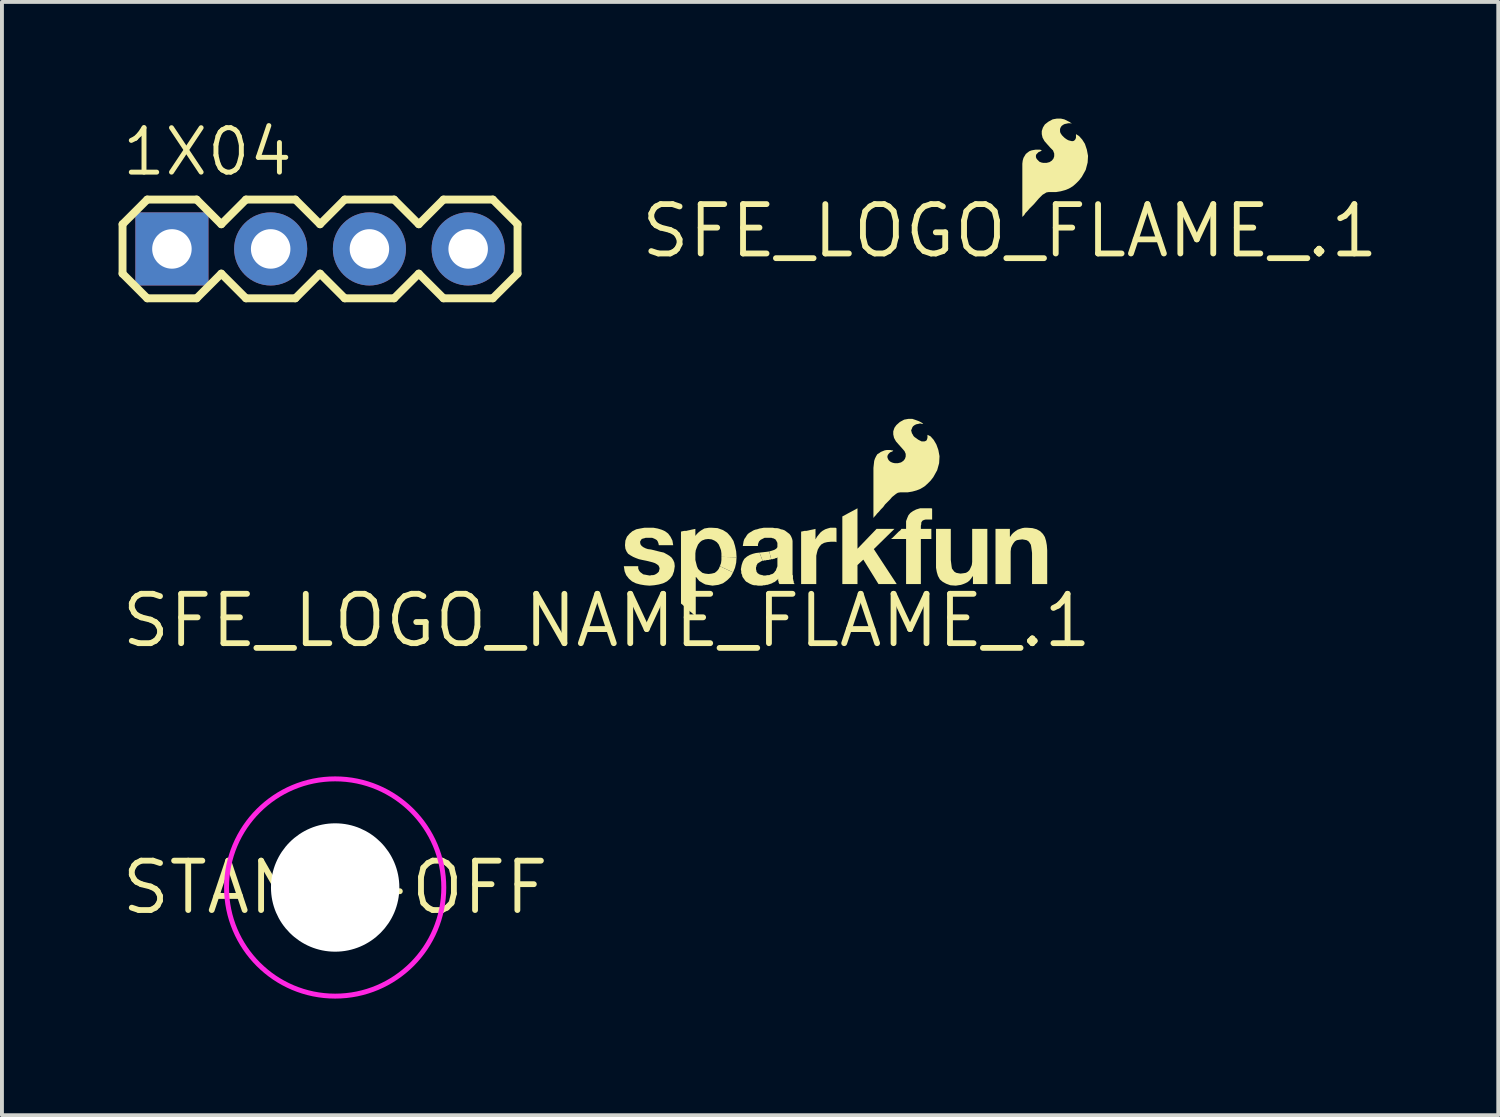
<source format=kicad_pcb>
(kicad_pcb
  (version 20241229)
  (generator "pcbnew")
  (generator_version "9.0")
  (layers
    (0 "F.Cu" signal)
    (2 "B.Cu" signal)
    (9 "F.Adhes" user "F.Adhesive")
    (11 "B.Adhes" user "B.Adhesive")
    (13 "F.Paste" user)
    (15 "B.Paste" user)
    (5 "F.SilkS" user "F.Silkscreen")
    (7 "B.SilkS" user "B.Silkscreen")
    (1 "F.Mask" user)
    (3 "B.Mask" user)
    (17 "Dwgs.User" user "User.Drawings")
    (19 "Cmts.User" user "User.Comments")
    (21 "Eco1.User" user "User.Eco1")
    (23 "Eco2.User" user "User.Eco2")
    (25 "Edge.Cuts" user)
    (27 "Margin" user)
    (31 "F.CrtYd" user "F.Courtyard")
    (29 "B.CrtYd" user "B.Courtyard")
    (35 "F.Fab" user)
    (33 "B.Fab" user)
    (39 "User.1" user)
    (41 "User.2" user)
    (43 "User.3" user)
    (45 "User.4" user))
  (footprint "STAND-OFF"
    (layer "F.Cu")
    (at 5.571 19.778)
    (property "Reference" "STAND-OFF" (at 0 0 0) (layer "F.SilkS") (effects (font (size 1.27 1.27) (thickness 0.15))))
    (fp_circle (center 0 0) (end 2.794 0) (stroke (width 0.127) (type solid)) (fill no) (layer "F.CrtYd"))
    (pad "" np_thru_hole circle (at 0 0) (size 3.302 3.302) (drill 3.302) (layers "*.Cu" "*.Mask")))
  (footprint "SFE_LOGO_FLAME_.1"
    (layer "F.Cu")
    (at 22.926 2.89)
    (property "Reference" "SFE_LOGO_FLAME_.1" (at 0 0 0) (layer "F.SilkS") (effects (font (size 1.27 1.27) (thickness 0.15))))
    (fp_poly (pts (xy 1.4 -2.87) (xy 1.54 -2.8) (xy 1.58 -2.77) (xy 1.59 -2.76) (xy 1.58 -2.76) (xy 1.56 -2.77) (xy 1.5 -2.77) (xy 1.46 -2.76) (xy 1.41 -2.75) (xy 1.37 -2.73) (xy 1.33 -2.7) (xy 1.31 -2.67) (xy 1.3 -2.65) (xy 1.29 -2.62) (xy 1.29 -2.56) (xy 1.3 -2.52) (xy 1.34 -2.46) (xy 1.4 -2.4) (xy 1.44 -2.37) (xy 1.47 -2.35) (xy 1.51 -2.33) (xy 1.59 -2.31) (xy 1.62 -2.31) (xy 1.65 -2.32) (xy 1.68 -2.35) (xy 1.69 -2.37) (xy 1.7 -2.4) (xy 1.7 -2.49) (xy 1.78 -2.44) (xy 1.86 -2.35) (xy 1.93 -2.24) (xy 1.98 -2.09) (xy 2.01 -1.93) (xy 2 -1.76) (xy 1.95 -1.57) (xy 1.85 -1.39) (xy 1.78 -1.3) (xy 1.7 -1.22) (xy 1.62 -1.15) (xy 1.52 -1.09) (xy 1.42 -1.05) (xy 1.31 -1.02) (xy 1.19 -1) (xy 1 -1) (xy 0.94 -0.99) (xy 0.84 -0.93) (xy 0.74 -0.83) (xy 0.62 -0.69) (xy 0.5 -0.57) (xy 0.45 -0.51) (xy 0.4 -0.46) (xy 0.37 -0.41) (xy 0.32 -0.36) (xy 0.32 -1.73) (xy 0.33 -1.81) (xy 0.35 -1.88) (xy 0.41 -1.98) (xy 0.46 -2.02) (xy 0.5 -2.05) (xy 0.55 -2.07) (xy 0.6 -2.08) (xy 0.66 -2.09) (xy 0.78 -2.09) (xy 0.82 -2.07) (xy 0.81 -2.06) (xy 0.77 -2.04) (xy 0.74 -2.03) (xy 0.68 -1.97) (xy 0.67 -1.94) (xy 0.67 -1.9) (xy 0.68 -1.87) (xy 0.7 -1.84) (xy 0.76 -1.78) (xy 0.81 -1.76) (xy 0.86 -1.75) (xy 0.94 -1.75) (xy 1.02 -1.77) (xy 1.08 -1.81) (xy 1.12 -1.86) (xy 1.14 -1.92) (xy 1.14 -1.99) (xy 1.11 -2.07) (xy 1.04 -2.14) (xy 0.96 -2.23) (xy 0.89 -2.31) (xy 0.84 -2.4) (xy 0.82 -2.49) (xy 0.82 -2.57) (xy 0.85 -2.66) (xy 0.9 -2.74) (xy 0.99 -2.81) (xy 1.1 -2.87) (xy 1.21 -2.89) (xy 1.31 -2.89)) (stroke (width 0) (type default)) (fill yes) (layer "F.SilkS")))
  (footprint "SFE_LOGO_NAME_FLAME_.1"
    (layer "F.Cu")
    (at 12.556 12.914)
    (property "Reference" "SFE_LOGO_NAME_FLAME_.1" (at 0 0 0) (layer "F.SilkS") (effects (font (size 1.27 1.27) (thickness 0.15))))
    (fp_poly (pts (xy 3.34 -1.63) (xy 3.33 -1.49) (xy 3.3 -1.36) (xy 3.25 -1.24) (xy 2.91 -1.4) (xy 2.94 -1.48) (xy 2.95 -1.56) (xy 2.95 -1.64)) (stroke (width 0) (type default)) (fill yes) (layer "F.SilkS"))
    (fp_poly (pts (xy 4.23 -1.58) (xy 4.21 -1.57) (xy 4.19 -1.57) (xy 4.16 -1.56) (xy 4.12 -1.56) (xy 4.09 -1.55) (xy 4.05 -1.55) (xy 4.03 -1.54) (xy 4.01 -1.54) (xy 3.93 -1.75) (xy 4.11 -1.77) (xy 4.18 -1.78)) (stroke (width 0) (type default)) (fill yes) (layer "F.SilkS"))
    (fp_poly (pts (xy 6.45 -1.85) (xy 6.94 -2.36) (xy 7.4 -2.36) (xy 6.87 -1.84) (xy 7.46 -0.94) (xy 6.99 -0.94) (xy 6.6 -1.57) (xy 6.45 -1.43) (xy 6.45 -0.94) (xy 6.06 -0.94) (xy 6.06 -2.68) (xy 6.45 -2.89)) (stroke (width 0) (type default)) (fill yes) (layer "F.SilkS"))
    (fp_poly (pts (xy 8.37 -2.88) (xy 8.37 -2.6) (xy 8.2 -2.6) (xy 8.16 -2.59) (xy 8.12 -2.57) (xy 8.1 -2.54) (xy 8.09 -2.52) (xy 8.09 -2.48) (xy 8.08 -2.44) (xy 8.08 -2.36) (xy 8.35 -2.36) (xy 8.35 -2.1) (xy 8.08 -2.1) (xy 8.08 -0.94) (xy 7.7 -0.94) (xy 7.7 -2.1) (xy 7.31 -2.1) (xy 7.35 -2.13) (xy 7.51 -2.29) (xy 7.55 -2.32) (xy 7.58 -2.36) (xy 7.7 -2.36) (xy 7.7 -2.56) (xy 7.73 -2.64) (xy 7.76 -2.71) (xy 7.81 -2.77) (xy 7.88 -2.82) (xy 7.96 -2.86) (xy 8.06 -2.89) (xy 8.35 -2.89)) (stroke (width 0) (type default)) (fill yes) (layer "F.SilkS"))
    (fp_poly (pts (xy 5.9 -2.38) (xy 5.91 -2.38) (xy 5.91 -2.02) (xy 5.9 -2.02) (xy 5.88 -2.03) (xy 5.77 -2.03) (xy 5.67 -2.02) (xy 5.59 -2) (xy 5.52 -1.96) (xy 5.47 -1.9) (xy 5.43 -1.83) (xy 5.41 -1.76) (xy 5.39 -1.67) (xy 5.39 -0.94) (xy 5 -0.94) (xy 5 -2.29) (xy 5.05 -2.3) (xy 5.09 -2.31) (xy 5.14 -2.31) (xy 5.19 -2.32) (xy 5.23 -2.33) (xy 5.33 -2.35) (xy 5.37 -2.36) (xy 5.37 -2.09) (xy 5.41 -2.16) (xy 5.45 -2.21) (xy 5.5 -2.27) (xy 5.55 -2.31) (xy 5.62 -2.35) (xy 5.68 -2.37) (xy 5.75 -2.39) (xy 5.89 -2.39)) (stroke (width 0) (type default)) (fill yes) (layer "F.SilkS"))
    (fp_poly (pts (xy 8.85 -1.56) (xy 8.87 -1.4) (xy 8.88 -1.34) (xy 8.94 -1.26) (xy 8.99 -1.23) (xy 9.04 -1.22) (xy 9.1 -1.21) (xy 9.18 -1.22) (xy 9.24 -1.23) (xy 9.29 -1.26) (xy 9.33 -1.3) (xy 9.36 -1.36) (xy 9.39 -1.43) (xy 9.4 -1.51) (xy 9.4 -2.36) (xy 9.79 -2.36) (xy 9.79 -0.94) (xy 9.42 -0.94) (xy 9.42 -1.14) (xy 9.41 -1.14) (xy 9.37 -1.08) (xy 9.33 -1.03) (xy 9.28 -0.99) (xy 9.22 -0.96) (xy 9.17 -0.94) (xy 9.11 -0.92) (xy 9.04 -0.91) (xy 8.98 -0.9) (xy 8.84 -0.91) (xy 8.73 -0.95) (xy 8.64 -1) (xy 8.57 -1.06) (xy 8.52 -1.15) (xy 8.49 -1.25) (xy 8.47 -1.36) (xy 8.47 -2.36) (xy 8.85 -2.36)) (stroke (width 0) (type default)) (fill yes) (layer "F.SilkS"))
    (fp_poly (pts (xy 10.95 -2.38) (xy 11.06 -2.35) (xy 11.15 -2.3) (xy 11.22 -2.23) (xy 11.27 -2.15) (xy 11.3 -2.05) (xy 11.32 -1.94) (xy 11.33 -1.81) (xy 11.33 -0.94) (xy 10.94 -0.94) (xy 10.94 -1.74) (xy 10.93 -1.82) (xy 10.92 -1.89) (xy 10.91 -1.95) (xy 10.88 -2) (xy 10.85 -2.04) (xy 10.8 -2.07) (xy 10.75 -2.08) (xy 10.69 -2.09) (xy 10.61 -2.08) (xy 10.55 -2.07) (xy 10.5 -2.04) (xy 10.46 -1.99) (xy 10.43 -1.94) (xy 10.4 -1.87) (xy 10.39 -1.78) (xy 10.39 -0.94) (xy 10 -0.94) (xy 10 -2.36) (xy 10.37 -2.36) (xy 10.37 -2.16) (xy 10.38 -2.16) (xy 10.42 -2.22) (xy 10.46 -2.26) (xy 10.51 -2.3) (xy 10.57 -2.34) (xy 10.69 -2.38) (xy 10.75 -2.39) (xy 10.81 -2.39)) (stroke (width 0) (type default)) (fill yes) (layer "F.SilkS"))
    (fp_poly (pts (xy 2.85 -2.38) (xy 2.99 -2.33) (xy 3.1 -2.26) (xy 3.19 -2.16) (xy 3.26 -2.05) (xy 3.3 -1.92) (xy 3.33 -1.78) (xy 3.34 -1.63) (xy 2.95 -1.64) (xy 2.95 -1.73) (xy 2.94 -1.81) (xy 2.91 -1.89) (xy 2.88 -1.96) (xy 2.83 -2.02) (xy 2.77 -2.06) (xy 2.7 -2.09) (xy 2.61 -2.1) (xy 2.53 -2.09) (xy 2.45 -2.06) (xy 2.4 -2.02) (xy 2.35 -1.96) (xy 2.32 -1.89) (xy 2.29 -1.81) (xy 2.28 -1.73) (xy 2.28 -1.56) (xy 2.32 -1.4) (xy 2.35 -1.33) (xy 2.4 -1.28) (xy 2.46 -1.23) (xy 2.53 -1.21) (xy 2.62 -1.2) (xy 2.7 -1.21) (xy 2.78 -1.23) (xy 2.84 -1.28) (xy 2.88 -1.33) (xy 2.91 -1.4) (xy 3.25 -1.24) (xy 3.19 -1.13) (xy 3.1 -1.04) (xy 2.99 -0.96) (xy 2.87 -0.92) (xy 2.72 -0.9) (xy 2.54 -0.93) (xy 2.48 -0.96) (xy 2.38 -1.02) (xy 2.3 -1.12) (xy 2.29 -1.12) (xy 2.29 -0.1) (xy 2.2 -0.19) (xy 2.05 -0.31) (xy 1.96 -0.4) (xy 1.91 -0.44) (xy 1.91 -2.29) (xy 1.95 -2.3) (xy 2 -2.31) (xy 2.05 -2.31) (xy 2.09 -2.32) (xy 2.14 -2.33) (xy 2.18 -2.34) (xy 2.28 -2.36) (xy 2.28 -2.18) (xy 2.32 -2.23) (xy 2.36 -2.27) (xy 2.41 -2.31) (xy 2.51 -2.37) (xy 2.63 -2.39) (xy 2.7 -2.39)) (stroke (width 0) (type default)) (fill yes) (layer "F.SilkS"))
    (fp_poly (pts (xy 1.31 -2.37) (xy 1.41 -2.34) (xy 1.5 -2.3) (xy 1.58 -2.24) (xy 1.64 -2.16) (xy 1.69 -2.06) (xy 1.71 -1.94) (xy 1.34 -1.94) (xy 1.33 -1.99) (xy 1.31 -2.04) (xy 1.29 -2.07) (xy 1.26 -2.09) (xy 1.22 -2.11) (xy 1.17 -2.13) (xy 1 -2.13) (xy 0.97 -2.12) (xy 0.93 -2.11) (xy 0.9 -2.1) (xy 0.86 -2.04) (xy 0.86 -2) (xy 0.87 -1.96) (xy 0.9 -1.92) (xy 0.94 -1.89) (xy 1 -1.86) (xy 1.06 -1.84) (xy 1.14 -1.83) (xy 1.38 -1.77) (xy 1.47 -1.75) (xy 1.61 -1.67) (xy 1.67 -1.62) (xy 1.71 -1.56) (xy 1.74 -1.49) (xy 1.75 -1.4) (xy 1.73 -1.27) (xy 1.69 -1.16) (xy 1.63 -1.08) (xy 1.55 -1.01) (xy 1.45 -0.96) (xy 1.34 -0.93) (xy 1.22 -0.91) (xy 1.1 -0.9) (xy 0.98 -0.91) (xy 0.86 -0.93) (xy 0.75 -0.96) (xy 0.65 -1.01) (xy 0.57 -1.08) (xy 0.5 -1.17) (xy 0.46 -1.27) (xy 0.44 -1.4) (xy 0.81 -1.4) (xy 0.81 -1.34) (xy 0.83 -1.29) (xy 0.86 -1.25) (xy 0.94 -1.19) (xy 1 -1.18) (xy 1.05 -1.17) (xy 1.11 -1.16) (xy 1.15 -1.17) (xy 1.19 -1.17) (xy 1.23 -1.18) (xy 1.27 -1.2) (xy 1.31 -1.23) (xy 1.34 -1.26) (xy 1.36 -1.34) (xy 1.35 -1.38) (xy 1.33 -1.42) (xy 1.29 -1.45) (xy 1.24 -1.48) (xy 1.18 -1.5) (xy 1.02 -1.54) (xy 0.92 -1.56) (xy 0.83 -1.58) (xy 0.75 -1.61) (xy 0.68 -1.64) (xy 0.61 -1.68) (xy 0.55 -1.72) (xy 0.51 -1.78) (xy 0.48 -1.85) (xy 0.47 -1.94) (xy 0.48 -2.06) (xy 0.52 -2.16) (xy 0.59 -2.24) (xy 0.66 -2.3) (xy 0.76 -2.35) (xy 0.86 -2.37) (xy 0.97 -2.39) (xy 1.2 -2.39)) (stroke (width 0) (type default)) (fill yes) (layer "F.SilkS"))
    (fp_poly (pts (xy 7.95 -5.16) (xy 8.03 -5.13) (xy 8.09 -5.1) (xy 8.13 -5.07) (xy 8.14 -5.06) (xy 8.11 -5.06) (xy 8.08 -5.07) (xy 8.05 -5.07) (xy 8.01 -5.06) (xy 7.96 -5.05) (xy 7.92 -5.03) (xy 7.88 -5) (xy 7.86 -4.97) (xy 7.85 -4.94) (xy 7.84 -4.92) (xy 7.83 -4.89) (xy 7.84 -4.86) (xy 7.85 -4.82) (xy 7.87 -4.79) (xy 7.89 -4.75) (xy 7.92 -4.72) (xy 7.95 -4.7) (xy 7.99 -4.67) (xy 8.02 -4.65) (xy 8.1 -4.61) (xy 8.17 -4.61) (xy 8.2 -4.62) (xy 8.23 -4.64) (xy 8.25 -4.7) (xy 8.25 -4.78) (xy 8.33 -4.74) (xy 8.41 -4.65) (xy 8.48 -4.53) (xy 8.53 -4.39) (xy 8.56 -4.23) (xy 8.55 -4.05) (xy 8.5 -3.87) (xy 8.4 -3.69) (xy 8.33 -3.6) (xy 8.25 -3.52) (xy 8.17 -3.45) (xy 8.07 -3.39) (xy 7.97 -3.35) (xy 7.86 -3.32) (xy 7.74 -3.3) (xy 7.55 -3.3) (xy 7.49 -3.29) (xy 7.44 -3.26) (xy 7.34 -3.18) (xy 7.29 -3.12) (xy 7.16 -2.99) (xy 7.11 -2.92) (xy 7.05 -2.86) (xy 7 -2.8) (xy 6.95 -2.75) (xy 6.92 -2.71) (xy 6.89 -2.68) (xy 6.87 -2.65) (xy 6.86 -2.65) (xy 6.86 -3.93) (xy 6.88 -4.11) (xy 6.9 -4.17) (xy 6.93 -4.23) (xy 6.96 -4.28) (xy 7.01 -4.31) (xy 7.05 -4.34) (xy 7.15 -4.38) (xy 7.21 -4.39) (xy 7.29 -4.39) (xy 7.33 -4.38) (xy 7.35 -4.38) (xy 7.37 -4.37) (xy 7.36 -4.36) (xy 7.32 -4.34) (xy 7.29 -4.33) (xy 7.25 -4.29) (xy 7.23 -4.26) (xy 7.22 -4.23) (xy 7.22 -4.2) (xy 7.23 -4.17) (xy 7.25 -4.13) (xy 7.28 -4.1) (xy 7.31 -4.08) (xy 7.36 -4.06) (xy 7.41 -4.05) (xy 7.49 -4.05) (xy 7.57 -4.07) (xy 7.63 -4.11) (xy 7.67 -4.16) (xy 7.69 -4.22) (xy 7.69 -4.29) (xy 7.66 -4.36) (xy 7.59 -4.44) (xy 7.51 -4.53) (xy 7.44 -4.61) (xy 7.39 -4.7) (xy 7.37 -4.79) (xy 7.37 -4.87) (xy 7.4 -4.96) (xy 7.45 -5.03) (xy 7.54 -5.11) (xy 7.65 -5.17) (xy 7.76 -5.19) (xy 7.86 -5.19)) (stroke (width 0) (type default)) (fill yes) (layer "F.SilkS"))
    (fp_poly (pts (xy 4.32 -2.38) (xy 4.38 -2.38) (xy 4.43 -2.37) (xy 4.48 -2.35) (xy 4.53 -2.34) (xy 4.58 -2.32) (xy 4.7 -2.23) (xy 4.73 -2.19) (xy 4.75 -2.15) (xy 4.77 -2.1) (xy 4.78 -2.05) (xy 4.78 -1.18) (xy 4.79 -1.16) (xy 4.79 -1.07) (xy 4.8 -1.05) (xy 4.8 -1.03) (xy 4.81 -1.01) (xy 4.81 -0.98) (xy 4.82 -0.96) (xy 4.83 -0.95) (xy 4.83 -0.94) (xy 4.44 -0.94) (xy 4.44 -0.95) (xy 4.43 -0.96) (xy 4.43 -0.97) (xy 4.42 -0.98) (xy 4.42 -1.01) (xy 4.41 -1.02) (xy 4.41 -1.08) (xy 4.39 -1.05) (xy 4.36 -1.03) (xy 4.34 -1.01) (xy 4.31 -0.99) (xy 4.28 -0.98) (xy 4.25 -0.96) (xy 4.13 -0.92) (xy 4.1 -0.92) (xy 4.07 -0.91) (xy 4.03 -0.91) (xy 4 -0.9) (xy 3.89 -0.9) (xy 3.84 -0.91) (xy 3.79 -0.91) (xy 3.75 -0.92) (xy 3.7 -0.94) (xy 3.66 -0.96) (xy 3.63 -0.98) (xy 3.59 -1) (xy 3.56 -1.03) (xy 3.54 -1.06) (xy 3.51 -1.1) (xy 3.49 -1.13) (xy 3.48 -1.18) (xy 3.46 -1.22) (xy 3.46 -1.27) (xy 3.45 -1.32) (xy 3.47 -1.43) (xy 3.5 -1.52) (xy 3.54 -1.59) (xy 3.61 -1.65) (xy 3.68 -1.69) (xy 3.76 -1.72) (xy 3.84 -1.74) (xy 3.93 -1.75) (xy 4.01 -1.54) (xy 3.98 -1.53) (xy 3.96 -1.52) (xy 3.95 -1.51) (xy 3.91 -1.49) (xy 3.9 -1.48) (xy 3.88 -1.47) (xy 3.85 -1.41) (xy 3.85 -1.39) (xy 3.84 -1.37) (xy 3.84 -1.32) (xy 3.85 -1.29) (xy 3.85 -1.27) (xy 3.86 -1.25) (xy 3.87 -1.24) (xy 3.88 -1.22) (xy 3.9 -1.21) (xy 3.91 -1.2) (xy 3.95 -1.18) (xy 3.97 -1.18) (xy 3.99 -1.17) (xy 4.01 -1.17) (xy 4.03 -1.16) (xy 4.08 -1.16) (xy 4.13 -1.17) (xy 4.18 -1.17) (xy 4.22 -1.19) (xy 4.26 -1.2) (xy 4.29 -1.22) (xy 4.31 -1.24) (xy 4.33 -1.27) (xy 4.35 -1.29) (xy 4.37 -1.35) (xy 4.38 -1.37) (xy 4.39 -1.4) (xy 4.39 -1.63) (xy 4.37 -1.61) (xy 4.35 -1.61) (xy 4.31 -1.59) (xy 4.29 -1.59) (xy 4.27 -1.58) (xy 4.23 -1.58) (xy 4.18 -1.78) (xy 4.25 -1.8) (xy 4.31 -1.82) (xy 4.36 -1.85) (xy 4.39 -1.89) (xy 4.39 -2) (xy 4.36 -2.06) (xy 4.35 -2.07) (xy 4.34 -2.09) (xy 4.28 -2.12) (xy 4.26 -2.12) (xy 4.24 -2.13) (xy 4.06 -2.13) (xy 3.96 -2.08) (xy 3.92 -2.04) (xy 3.91 -2.02) (xy 3.9 -1.99) (xy 3.89 -1.97) (xy 3.89 -1.92) (xy 3.5 -1.92) (xy 3.52 -2.04) (xy 3.54 -2.1) (xy 3.57 -2.14) (xy 3.6 -2.19) (xy 3.63 -2.23) (xy 3.67 -2.26) (xy 3.77 -2.32) (xy 3.82 -2.34) (xy 3.87 -2.35) (xy 3.93 -2.37) (xy 3.99 -2.38) (xy 4.04 -2.39) (xy 4.27 -2.39)) (stroke (width 0) (type default)) (fill yes) (layer "F.SilkS")))
  (footprint "1X04"
    (layer "F.Cu")
    (at 1.372 3.353)
    (property "Reference" "1X04" (at -1.346 -1.829 0) (unlocked yes) (layer "F.SilkS") (effects (font (size 1.143 1.143) (thickness 0.127)) (justify left bottom)))
    (fp_line (start -1.27 -0.635) (end -1.27 0.635) (stroke (width 0.203) (type solid)) (layer "F.SilkS"))
    (fp_line (start -1.27 0.635) (end -0.635 1.27) (stroke (width 0.203) (type solid)) (layer "F.SilkS"))
    (fp_line (start -0.635 -1.27) (end -1.27 -0.635) (stroke (width 0.203) (type solid)) (layer "F.SilkS"))
    (fp_line (start -0.635 -1.27) (end 0.635 -1.27) (stroke (width 0.203) (type solid)) (layer "F.SilkS"))
    (fp_line (start 0.635 -1.27) (end 1.27 -0.635) (stroke (width 0.203) (type solid)) (layer "F.SilkS"))
    (fp_line (start 0.635 1.27) (end -0.635 1.27) (stroke (width 0.203) (type solid)) (layer "F.SilkS"))
    (fp_line (start 1.27 -0.635) (end 1.905 -1.27) (stroke (width 0.203) (type solid)) (layer "F.SilkS"))
    (fp_line (start 1.27 0.635) (end 0.635 1.27) (stroke (width 0.203) (type solid)) (layer "F.SilkS"))
    (fp_line (start 1.905 -1.27) (end 3.175 -1.27) (stroke (width 0.203) (type solid)) (layer "F.SilkS"))
    (fp_line (start 1.905 1.27) (end 1.27 0.635) (stroke (width 0.203) (type solid)) (layer "F.SilkS"))
    (fp_line (start 3.175 -1.27) (end 3.81 -0.635) (stroke (width 0.203) (type solid)) (layer "F.SilkS"))
    (fp_line (start 3.175 1.27) (end 1.905 1.27) (stroke (width 0.203) (type solid)) (layer "F.SilkS"))
    (fp_line (start 3.81 -0.635) (end 4.445 -1.27) (stroke (width 0.203) (type solid)) (layer "F.SilkS"))
    (fp_line (start 3.81 0.635) (end 3.175 1.27) (stroke (width 0.203) (type solid)) (layer "F.SilkS"))
    (fp_line (start 4.445 -1.27) (end 5.715 -1.27) (stroke (width 0.203) (type solid)) (layer "F.SilkS"))
    (fp_line (start 4.445 1.27) (end 3.81 0.635) (stroke (width 0.203) (type solid)) (layer "F.SilkS"))
    (fp_line (start 5.715 -1.27) (end 6.35 -0.635) (stroke (width 0.203) (type solid)) (layer "F.SilkS"))
    (fp_line (start 5.715 1.27) (end 4.445 1.27) (stroke (width 0.203) (type solid)) (layer "F.SilkS"))
    (fp_line (start 6.35 0.635) (end 5.715 1.27) (stroke (width 0.203) (type solid)) (layer "F.SilkS"))
    (fp_line (start 6.35 0.635) (end 6.985 1.27) (stroke (width 0.203) (type solid)) (layer "F.SilkS"))
    (fp_line (start 6.985 -1.27) (end 6.35 -0.635) (stroke (width 0.203) (type solid)) (layer "F.SilkS"))
    (fp_line (start 6.985 -1.27) (end 8.255 -1.27) (stroke (width 0.203) (type solid)) (layer "F.SilkS"))
    (fp_line (start 8.255 -1.27) (end 8.89 -0.635) (stroke (width 0.203) (type solid)) (layer "F.SilkS"))
    (fp_line (start 8.255 1.27) (end 6.985 1.27) (stroke (width 0.203) (type solid)) (layer "F.SilkS"))
    (fp_line (start 8.89 -0.635) (end 8.89 0.635) (stroke (width 0.203) (type solid)) (layer "F.SilkS"))
    (fp_line (start 8.89 0.635) (end 8.255 1.27) (stroke (width 0.203) (type solid)) (layer "F.SilkS"))
    (fp_poly (pts (xy -0.254 0.254) (xy 0.254 0.254) (xy 0.254 -0.254) (xy -0.254 -0.254)) (stroke (width 0.1) (type default)) (fill no) (layer "F.Fab"))
    (fp_poly (pts (xy 2.286 0.254) (xy 2.794 0.254) (xy 2.794 -0.254) (xy 2.286 -0.254)) (stroke (width 0.1) (type default)) (fill no) (layer "F.Fab"))
    (fp_poly (pts (xy 4.826 0.254) (xy 5.334 0.254) (xy 5.334 -0.254) (xy 4.826 -0.254)) (stroke (width 0.1) (type default)) (fill no) (layer "F.Fab"))
    (fp_poly (pts (xy 7.366 0.254) (xy 7.874 0.254) (xy 7.874 -0.254) (xy 7.366 -0.254)) (stroke (width 0.1) (type default)) (fill no) (layer "F.Fab"))
    (pad "1" thru_hole rect (at 0 0 90) (size 1.88 1.88) (drill 1.016) (layers "*.Cu" "*.Mask"))
    (pad "2" thru_hole circle (at 2.54 0 90) (size 1.88 1.88) (drill 1.016) (layers "*.Cu" "*.Mask"))
    (pad "3" thru_hole circle (at 5.08 0 90) (size 1.88 1.88) (drill 1.016) (layers "*.Cu" "*.Mask"))
    (pad "4" thru_hole circle (at 7.62 0 90) (size 1.88 1.88) (drill 1.016) (layers "*.Cu" "*.Mask")))
  (gr_rect
    (start -3 -3)
    (end 35.488 25.636)
    (stroke (width 0.1) (type default))
    (fill no)
    (layer "Edge.Cuts")))
</source>
